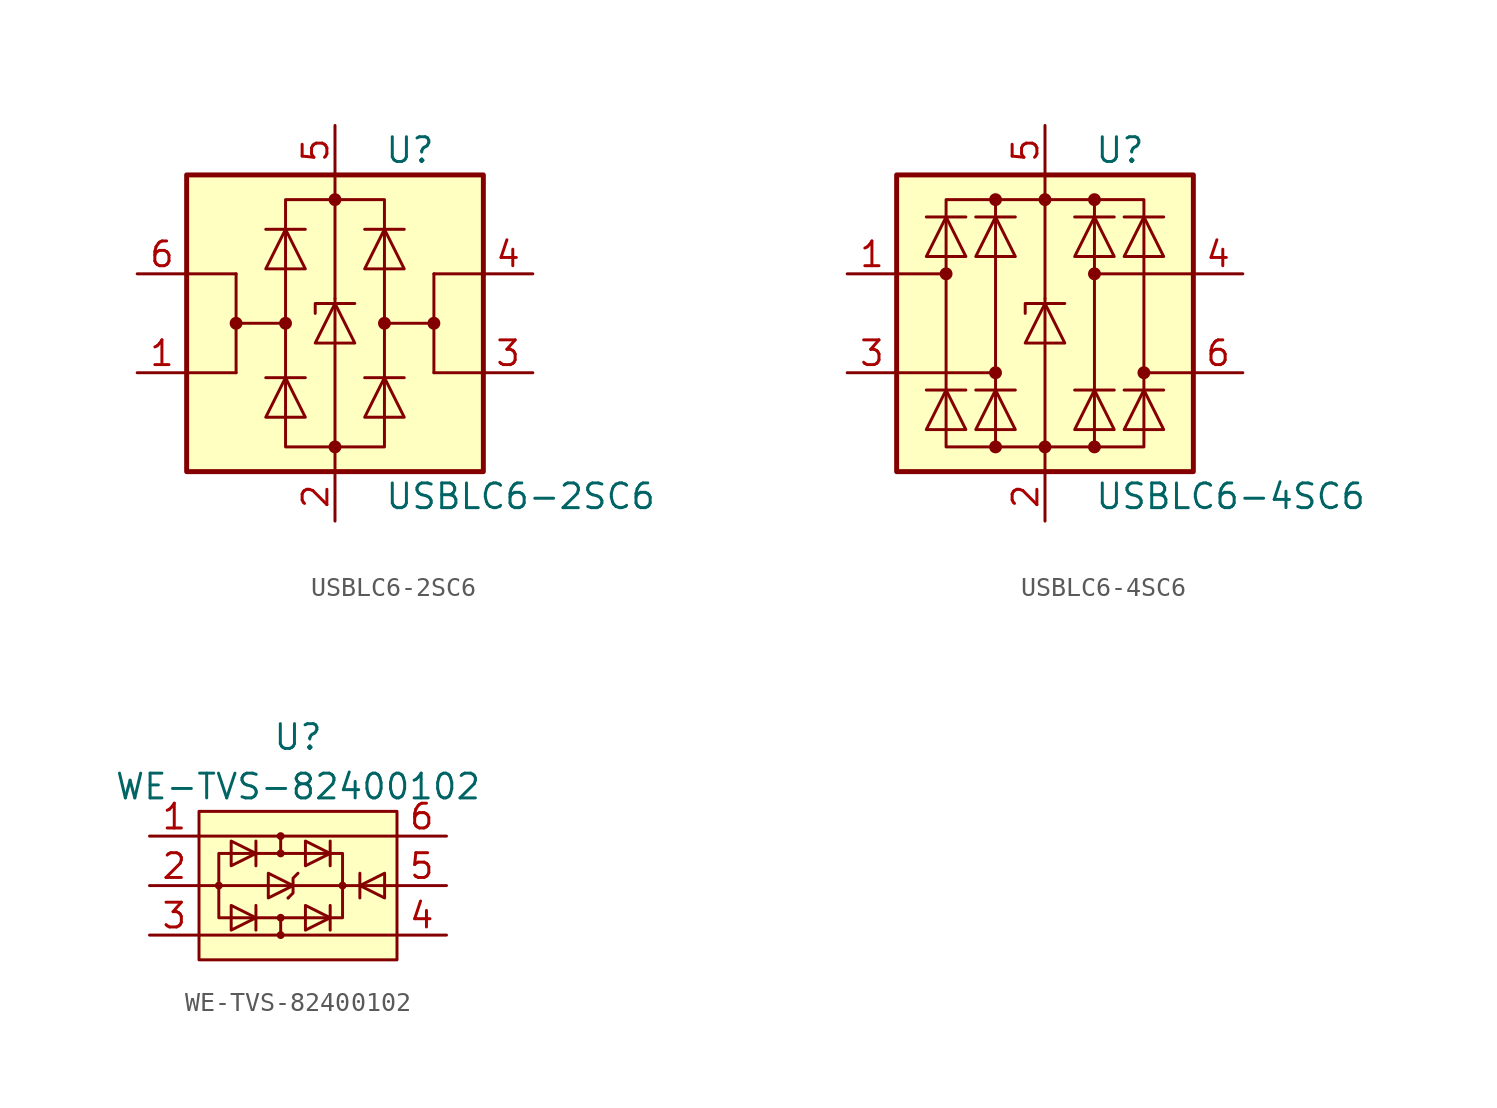
<source format=kicad_sym>
(kicad_symbol_lib
  (version 20201005)
  (generator kicad_symbol_editor)
  (symbol "USBLC6-2SC6"
    (pin_names hide)
    (property "Reference" "U"
      (at 2.54 8.89 0)
      (effects (font (size 1.27 1.27)) (justify left)))
    (property "Value" "USBLC6-2SC6"
      (at 2.54 -8.89 0)
      (effects (font (size 1.27 1.27)) (justify left)))
    (symbol "USBLC6-2SC6_0_1"
      (circle (center -5.08 0) (radius 0.254) (stroke (width 0)) (fill (type outline)))
      (circle (center -2.54 0) (radius 0.254) (stroke (width 0)) (fill (type outline)))
      (circle (center 0 -6.35) (radius 0.254) (stroke (width 0)) (fill (type outline)))
      (circle (center 0 6.35) (radius 0.254) (stroke (width 0)) (fill (type outline)))
      (circle (center 2.54 0) (radius 0.254) (stroke (width 0)) (fill (type outline)))
      (circle (center 5.08 0) (radius 0.254) (stroke (width 0)) (fill (type outline)))
      (rectangle (start -2.54 6.35) (end 2.54 -6.35) (stroke (width 0)) (fill (type none)))
      (rectangle (start -7.62 -7.62) (end 7.62 7.62) (stroke (width 0.254)) (fill (type background)))
      (polyline (pts (xy -5.08 -2.54) (xy -7.62 -2.54)) (stroke (width 0)) (fill (type none)))
      (polyline (pts (xy -5.08 0) (xy -5.08 -2.54)) (stroke (width 0)) (fill (type none)))
      (polyline (pts (xy -5.08 2.54) (xy -7.62 2.54)) (stroke (width 0)) (fill (type none)))
      (polyline (pts (xy -1.524 -2.794) (xy -3.556 -2.794)) (stroke (width 0)) (fill (type none)))
      (polyline (pts (xy -1.524 4.826) (xy -3.556 4.826)) (stroke (width 0)) (fill (type none)))
      (polyline (pts (xy 0 -7.62) (xy 0 -6.35)) (stroke (width 0)) (fill (type none)))
      (polyline (pts (xy 0 -6.35) (xy 0 1.27)) (stroke (width 0)) (fill (type none)))
      (polyline (pts (xy 0 1.27) (xy 0 6.35)) (stroke (width 0)) (fill (type none)))
      (polyline (pts (xy 0 6.35) (xy 0 7.62)) (stroke (width 0)) (fill (type none)))
      (polyline (pts (xy 1.524 -2.794) (xy 3.556 -2.794)) (stroke (width 0)) (fill (type none)))
      (polyline (pts (xy 1.524 4.826) (xy 3.556 4.826)) (stroke (width 0)) (fill (type none)))
      (polyline (pts (xy 5.08 -2.54) (xy 7.62 -2.54)) (stroke (width 0)) (fill (type none)))
      (polyline (pts (xy 5.08 0) (xy 5.08 -2.54)) (stroke (width 0)) (fill (type none)))
      (polyline (pts (xy 5.08 2.54) (xy 7.62 2.54)) (stroke (width 0)) (fill (type none)))
      (polyline (pts (xy -2.54 0) (xy -5.08 0) (xy -5.08 2.54)) (stroke (width 0)) (fill (type none)))
      (polyline (pts (xy 2.54 0) (xy 5.08 0) (xy 5.08 2.54)) (stroke (width 0)) (fill (type none)))
      (polyline (pts (xy -3.556 -4.826) (xy -1.524 -4.826) (xy -2.54 -2.794) (xy -3.556 -4.826)) (stroke (width 0)) (fill (type none)))
      (polyline (pts (xy -3.556 2.794) (xy -1.524 2.794) (xy -2.54 4.826) (xy -3.556 2.794)) (stroke (width 0)) (fill (type none)))
      (polyline (pts (xy -1.016 -1.016) (xy 1.016 -1.016) (xy 0 1.016) (xy -1.016 -1.016)) (stroke (width 0)) (fill (type none)))
      (polyline (pts (xy 1.016 1.016) (xy 0.762 1.016) (xy -1.016 1.016) (xy -1.016 0.508)) (stroke (width 0)) (fill (type none)))
      (polyline (pts (xy 3.556 -4.826) (xy 1.524 -4.826) (xy 2.54 -2.794) (xy 3.556 -4.826)) (stroke (width 0)) (fill (type none)))
      (polyline (pts (xy 3.556 2.794) (xy 1.524 2.794) (xy 2.54 4.826) (xy 3.556 2.794)) (stroke (width 0)) (fill (type none))))
    (symbol "USBLC6-2SC6_1_1"
      (pin passive line (at -10.16 -2.54 0) (length 2.54) (name "I/O1" (effects (font (size 1.27 1.27)))) (number "1" (effects (font (size 1.27 1.27)))))
      (pin passive line (at 0 -10.16 90) (length 2.54) (name "GND" (effects (font (size 1.27 1.27)))) (number "2" (effects (font (size 1.27 1.27)))))
      (pin passive line (at 10.16 -2.54 180) (length 2.54) (name "I/O2" (effects (font (size 1.27 1.27)))) (number "3" (effects (font (size 1.27 1.27)))))
      (pin passive line (at 10.16 2.54 180) (length 2.54) (name "I/O2" (effects (font (size 1.27 1.27)))) (number "4" (effects (font (size 1.27 1.27)))))
      (pin passive line (at 0 10.16 270) (length 2.54) (name "VBUS" (effects (font (size 1.27 1.27)))) (number "5" (effects (font (size 1.27 1.27)))))
      (pin passive line (at -10.16 2.54 0) (length 2.54) (name "I/O1" (effects (font (size 1.27 1.27)))) (number "6" (effects (font (size 1.27 1.27)))))))
  (symbol "USBLC6-4SC6"
    (pin_names hide)
    (property "Reference" "U"
      (at 2.54 8.89 0)
      (effects (font (size 1.27 1.27)) (justify left)))
    (property "Value" "USBLC6-4SC6"
      (at 2.54 -8.89 0)
      (effects (font (size 1.27 1.27)) (justify left)))
    (symbol "USBLC6-4SC6_0_1"
      (circle (center -5.08 2.54) (radius 0.254) (stroke (width 0)) (fill (type outline)))
      (circle (center -2.54 -6.35) (radius 0.254) (stroke (width 0)) (fill (type outline)))
      (circle (center -2.54 -2.54) (radius 0.254) (stroke (width 0)) (fill (type outline)))
      (circle (center -2.54 6.35) (radius 0.254) (stroke (width 0)) (fill (type outline)))
      (circle (center 0 -6.35) (radius 0.254) (stroke (width 0)) (fill (type outline)))
      (circle (center 0 6.35) (radius 0.254) (stroke (width 0)) (fill (type outline)))
      (circle (center 2.54 -6.35) (radius 0.254) (stroke (width 0)) (fill (type outline)))
      (circle (center 2.54 2.54) (radius 0.254) (stroke (width 0)) (fill (type outline)))
      (circle (center 2.54 6.35) (radius 0.254) (stroke (width 0)) (fill (type outline)))
      (circle (center 5.08 -2.54) (radius 0.254) (stroke (width 0)) (fill (type outline)))
      (rectangle (start -2.54 6.35) (end 2.54 -6.35) (stroke (width 0)) (fill (type none)))
      (rectangle (start -7.62 -7.62) (end 7.62 7.62) (stroke (width 0.254)) (fill (type background)))
      (polyline (pts (xy -5.08 2.54) (xy -7.62 2.54)) (stroke (width 0)) (fill (type none)))
      (polyline (pts (xy -4.064 -3.429) (xy -6.096 -3.429)) (stroke (width 0)) (fill (type none)))
      (polyline (pts (xy -4.064 5.461) (xy -6.096 5.461)) (stroke (width 0)) (fill (type none)))
      (polyline (pts (xy -2.54 -2.54) (xy -7.62 -2.54)) (stroke (width 0)) (fill (type none)))
      (polyline (pts (xy -1.524 -3.429) (xy -3.556 -3.429)) (stroke (width 0)) (fill (type none)))
      (polyline (pts (xy -1.524 5.461) (xy -3.556 5.461)) (stroke (width 0)) (fill (type none)))
      (polyline (pts (xy 0 -7.62) (xy 0 -6.35)) (stroke (width 0)) (fill (type none)))
      (polyline (pts (xy 0 -6.35) (xy 0 1.27)) (stroke (width 0)) (fill (type none)))
      (polyline (pts (xy 0 1.27) (xy 0 6.35)) (stroke (width 0)) (fill (type none)))
      (polyline (pts (xy 0 6.35) (xy 0 7.62)) (stroke (width 0)) (fill (type none)))
      (polyline (pts (xy 1.524 -3.429) (xy 3.556 -3.429)) (stroke (width 0)) (fill (type none)))
      (polyline (pts (xy 1.524 5.461) (xy 3.556 5.461)) (stroke (width 0)) (fill (type none)))
      (polyline (pts (xy 2.54 2.54) (xy 7.62 2.54)) (stroke (width 0)) (fill (type none)))
      (polyline (pts (xy 4.064 -3.429) (xy 6.096 -3.429)) (stroke (width 0)) (fill (type none)))
      (polyline (pts (xy 4.064 5.461) (xy 6.096 5.461)) (stroke (width 0)) (fill (type none)))
      (polyline (pts (xy 5.08 -2.54) (xy 7.62 -2.54)) (stroke (width 0)) (fill (type none)))
      (polyline (pts (xy -6.096 -5.461) (xy -4.064 -5.461) (xy -5.08 -3.429) (xy -6.096 -5.461)) (stroke (width 0)) (fill (type none)))
      (polyline (pts (xy -6.096 3.429) (xy -4.064 3.429) (xy -5.08 5.461) (xy -6.096 3.429)) (stroke (width 0)) (fill (type none)))
      (polyline (pts (xy -3.556 -5.461) (xy -1.524 -5.461) (xy -2.54 -3.429) (xy -3.556 -5.461)) (stroke (width 0)) (fill (type none)))
      (polyline (pts (xy -3.556 3.429) (xy -1.524 3.429) (xy -2.54 5.461) (xy -3.556 3.429)) (stroke (width 0)) (fill (type none)))
      (polyline (pts (xy -2.54 6.35) (xy -5.08 6.35) (xy -5.08 -6.35) (xy -2.54 -6.35)) (stroke (width 0)) (fill (type none)))
      (polyline (pts (xy -1.016 -1.016) (xy 1.016 -1.016) (xy 0 1.016) (xy -1.016 -1.016)) (stroke (width 0)) (fill (type none)))
      (polyline (pts (xy 1.016 1.016) (xy 0.762 1.016) (xy -1.016 1.016) (xy -1.016 0.508)) (stroke (width 0)) (fill (type none)))
      (polyline (pts (xy 2.54 6.35) (xy 5.08 6.35) (xy 5.08 -6.35) (xy 2.54 -6.35)) (stroke (width 0)) (fill (type none)))
      (polyline (pts (xy 3.556 -5.461) (xy 1.524 -5.461) (xy 2.54 -3.429) (xy 3.556 -5.461)) (stroke (width 0)) (fill (type none)))
      (polyline (pts (xy 3.556 3.429) (xy 1.524 3.429) (xy 2.54 5.461) (xy 3.556 3.429)) (stroke (width 0)) (fill (type none)))
      (polyline (pts (xy 6.096 -5.461) (xy 4.064 -5.461) (xy 5.08 -3.429) (xy 6.096 -5.461)) (stroke (width 0)) (fill (type none)))
      (polyline (pts (xy 6.096 3.429) (xy 4.064 3.429) (xy 5.08 5.461) (xy 6.096 3.429)) (stroke (width 0)) (fill (type none))))
    (symbol "USBLC6-4SC6_1_1"
      (pin passive line (at -10.16 2.54 0) (length 2.54) (name "I/O1" (effects (font (size 1.27 1.27)))) (number "1" (effects (font (size 1.27 1.27)))))
      (pin passive line (at 0 -10.16 90) (length 2.54) (name "GND" (effects (font (size 1.27 1.27)))) (number "2" (effects (font (size 1.27 1.27)))))
      (pin passive line (at -10.16 -2.54 0) (length 2.54) (name "I/O2" (effects (font (size 1.27 1.27)))) (number "3" (effects (font (size 1.27 1.27)))))
      (pin passive line (at 10.16 2.54 180) (length 2.54) (name "I/O3" (effects (font (size 1.27 1.27)))) (number "4" (effects (font (size 1.27 1.27)))))
      (pin passive line (at 0 10.16 270) (length 2.54) (name "VBUS" (effects (font (size 1.27 1.27)))) (number "5" (effects (font (size 1.27 1.27)))))
      (pin passive line (at 10.16 -2.54 180) (length 2.54) (name "I/O4" (effects (font (size 1.27 1.27)))) (number "6" (effects (font (size 1.27 1.27)))))))
  (symbol "WE-TVS-82400102"
    (property "Reference" "U"
      (at 0 7.62 0)
      (effects (font (size 1.27 1.27))))
    (property "Value" "WE-TVS-82400102"
      (at 0 5.08 0)
      (effects (font (size 1.27 1.27))))
    (symbol "WE-TVS-82400102_0_1"
      (circle (center -4.064 0) (radius 0.127) (stroke (width 0)) (fill (type none)))
      (circle (center -0.889 -2.54) (radius 0.127) (stroke (width 0)) (fill (type none)))
      (circle (center -0.889 -1.651) (radius 0.127) (stroke (width 0)) (fill (type none)))
      (circle (center -0.889 1.651) (radius 0.127) (stroke (width 0)) (fill (type none)))
      (circle (center -0.889 2.54) (radius 0.127) (stroke (width 0)) (fill (type none)))
      (circle (center 2.286 0) (radius 0.127) (stroke (width 0)) (fill (type none)))
      (rectangle (start -4.064 1.651) (end 2.286 -1.651) (stroke (width 0)) (fill (type none)))
      (rectangle (start -5.08 3.81) (end 5.08 -3.81) (stroke (width 0)) (fill (type background)))
      (polyline (pts (xy -5.08 -2.54) (xy 5.08 -2.54)) (stroke (width 0)) (fill (type none)))
      (polyline (pts (xy -5.08 2.54) (xy 5.08 2.54)) (stroke (width 0)) (fill (type none)))
      (polyline (pts (xy -4.064 0) (xy -5.08 0)) (stroke (width 0)) (fill (type none)))
      (polyline (pts (xy -2.159 -1.016) (xy -2.159 -2.286)) (stroke (width 0)) (fill (type none)))
      (polyline (pts (xy -2.159 2.286) (xy -2.159 1.016)) (stroke (width 0)) (fill (type none)))
      (polyline (pts (xy -0.889 -1.651) (xy -0.889 -2.413)) (stroke (width 0)) (fill (type none)))
      (polyline (pts (xy -0.889 1.651) (xy -0.889 2.54)) (stroke (width 0)) (fill (type none)))
      (polyline (pts (xy -0.508 -0.635) (xy -0.508 -0.635)) (stroke (width 0)) (fill (type none)))
      (polyline (pts (xy 1.651 -1.016) (xy 1.651 -2.286)) (stroke (width 0)) (fill (type none)))
      (polyline (pts (xy 1.651 2.286) (xy 1.651 1.016)) (stroke (width 0)) (fill (type none)))
      (polyline (pts (xy 2.286 0) (xy 5.08 0)) (stroke (width 0)) (fill (type none)))
      (polyline (pts (xy -3.429 -1.016) (xy -3.429 -2.286) (xy -2.159 -1.651) (xy -3.429 -1.016)) (stroke (width 0)) (fill (type none)))
      (polyline (pts (xy -3.429 1.016) (xy -3.429 2.286) (xy -2.159 1.651) (xy -3.429 1.016)) (stroke (width 0)) (fill (type none)))
      (polyline (pts (xy 0 0.635) (xy -0.254 0.381) (xy -0.254 -0.381) (xy -0.508 -0.635)) (stroke (width 0)) (fill (type none)))
      (polyline (pts (xy 0.381 -1.016) (xy 0.381 -2.286) (xy 1.651 -1.651) (xy 0.381 -1.016)) (stroke (width 0)) (fill (type none)))
      (polyline (pts (xy 0.381 1.016) (xy 0.381 2.286) (xy 1.651 1.651) (xy 0.381 1.016)) (stroke (width 0)) (fill (type none)))
      (polyline (pts (xy -4.064 0) (xy 2.286 0)) (stroke (width 0)) (fill (type outline))))
    (symbol "WE-TVS-82400102_1_1"
      (polyline (pts (xy 3.175 0.635) (xy 3.175 -0.635)) (stroke (width 0)) (fill (type none)))
      (polyline (pts (xy -1.524 0.635) (xy -1.524 -0.635) (xy -0.254 0) (xy -1.524 0.635)) (stroke (width 0)) (fill (type none)))
      (polyline (pts (xy 4.445 0.635) (xy 4.445 -0.635) (xy 3.175 0) (xy 4.445 0.635)) (stroke (width 0)) (fill (type none)))
      (pin passive line (at -7.62 2.54 0) (length 2.54) (name "~" (effects (font (size 1.27 1.27)))) (number "1" (effects (font (size 1.27 1.27)))))
      (pin passive line (at -7.62 0 0) (length 2.54) (name "~" (effects (font (size 1.27 1.27)))) (number "2" (effects (font (size 1.27 1.27)))))
      (pin passive line (at -7.62 -2.54 0) (length 2.54) (name "~" (effects (font (size 1.27 1.27)))) (number "3" (effects (font (size 1.27 1.27)))))
      (pin passive line (at 7.62 -2.54 180) (length 2.54) (name "~" (effects (font (size 1.27 1.27)))) (number "4" (effects (font (size 1.27 1.27)))))
      (pin passive line (at 7.62 0 180) (length 2.54) (name "~" (effects (font (size 1.27 1.27)))) (number "5" (effects (font (size 1.27 1.27)))))
      (pin passive line (at 7.62 2.54 180) (length 2.54) (name "~" (effects (font (size 1.27 1.27)))) (number "6" (effects (font (size 1.27 1.27))))))))
</source>
